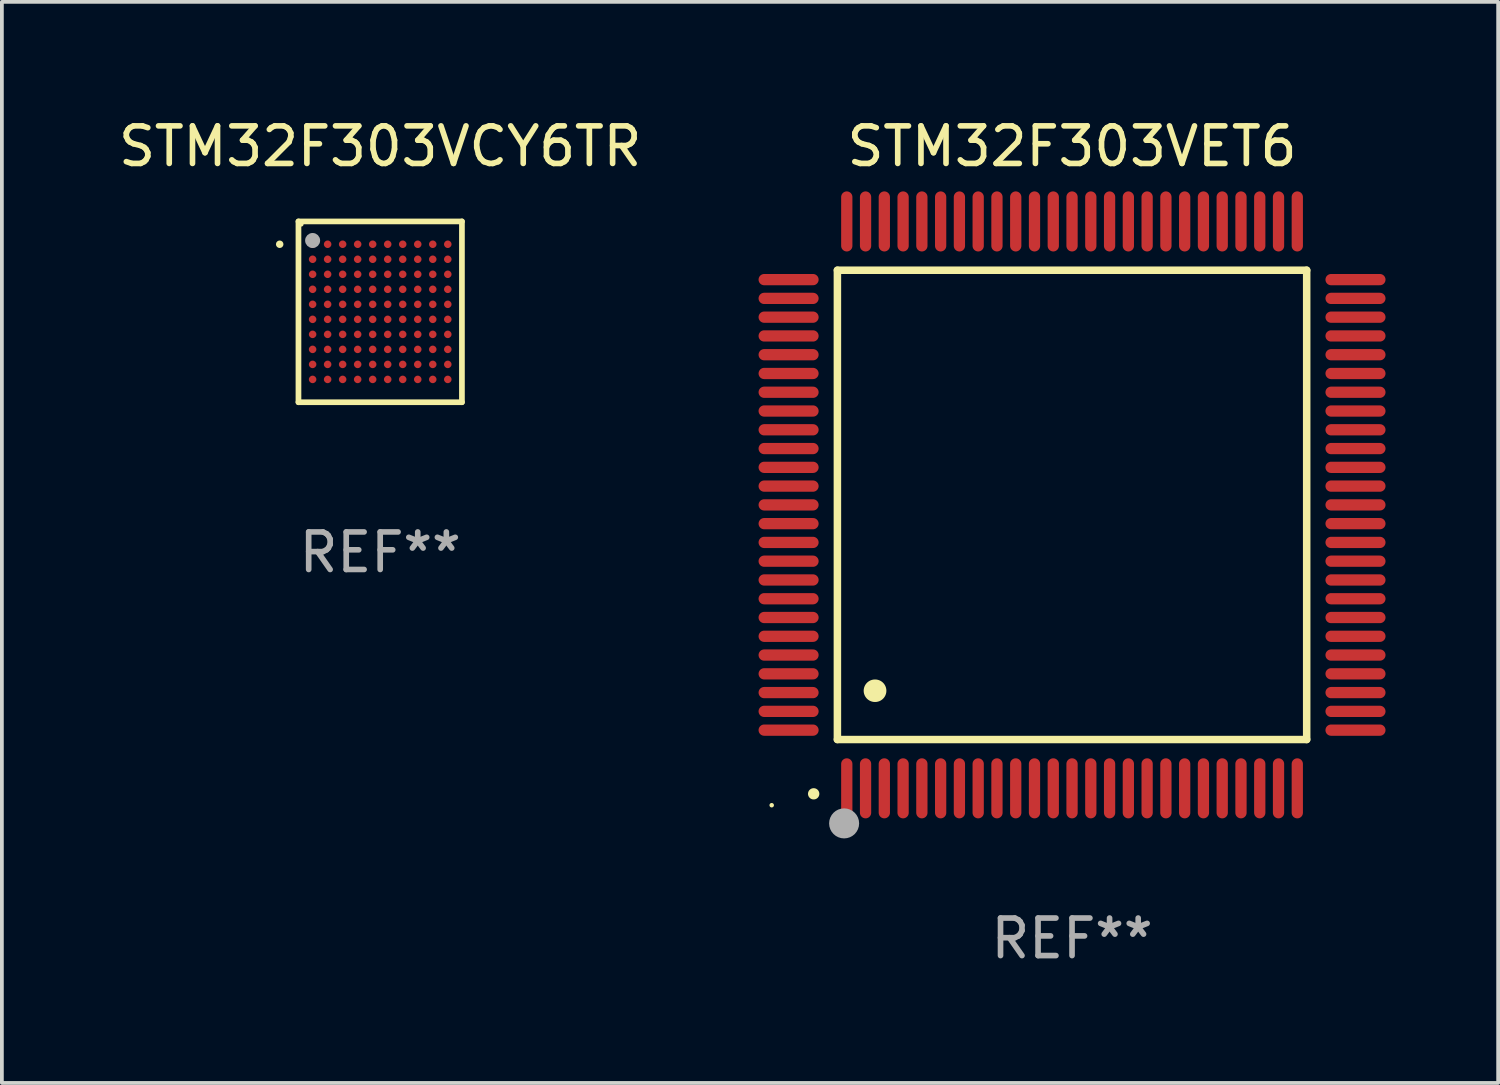
<source format=kicad_pcb>
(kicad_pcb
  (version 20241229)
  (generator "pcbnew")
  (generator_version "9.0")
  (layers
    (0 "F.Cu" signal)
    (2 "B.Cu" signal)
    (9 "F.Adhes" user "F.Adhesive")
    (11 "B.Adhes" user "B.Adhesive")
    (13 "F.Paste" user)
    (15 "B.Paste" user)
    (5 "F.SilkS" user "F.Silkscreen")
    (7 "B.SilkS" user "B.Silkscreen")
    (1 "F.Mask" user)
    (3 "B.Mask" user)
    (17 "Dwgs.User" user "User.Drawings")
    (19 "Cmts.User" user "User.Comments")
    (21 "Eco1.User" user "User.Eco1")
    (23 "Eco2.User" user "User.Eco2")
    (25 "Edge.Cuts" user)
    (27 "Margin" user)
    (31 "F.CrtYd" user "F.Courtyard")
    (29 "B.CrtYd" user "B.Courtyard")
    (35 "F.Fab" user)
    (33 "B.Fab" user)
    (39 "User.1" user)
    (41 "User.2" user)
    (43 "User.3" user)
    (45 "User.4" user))
  (footprint "STM32F303VET6"
    (layer "F.Cu")
    (at 25.505 10.398)
    (property "Reference" "STM32F303VET6" (at 0 -9.55 0) (layer "F.SilkS") (effects (font (size 1 1) (thickness 0.15))))
    (attr through_hole)
    (fp_line (start -6.25 -6.25) (end -6.25 6.25) (stroke (width 0.2) (type solid)) (layer "F.SilkS"))
    (fp_line (start -6.25 6.25) (end 6.25 6.25) (stroke (width 0.2) (type solid)) (layer "F.SilkS"))
    (fp_line (start 6.25 -6.25) (end -6.25 -6.25) (stroke (width 0.2) (type solid)) (layer "F.SilkS"))
    (fp_line (start 6.25 6.25) (end 6.25 -6.25) (stroke (width 0.2) (type solid)) (layer "F.SilkS"))
    (fp_arc (start -6.883414 7.696215) (mid -6.882144 7.69621) (end -6.880874 7.696215) (stroke (width 0.3) (type solid)) (layer "F.SilkS"))
    (fp_arc (start -5.250191 4.95047) (mid -5.247651 4.950459) (end -5.245111 4.95047) (stroke (width 0.6) (type solid)) (layer "F.SilkS"))
    (fp_circle (center -8 8) (end -7.97 8) (stroke (width 0.06) (type solid)) (fill no) (layer "F.SilkS"))
    (fp_circle (center -6.071 8.484) (end -5.871 8.484) (stroke (width 0.4) (type solid)) (fill no) (layer "F.Fab"))
    (fp_text user "REF**" (at 0 11.55 0) (layer "F.Fab") (effects (font (size 1 1) (thickness 0.15))))
    (pad "1" smd oval (at -6 7.55) (size 0.3 1.6) (layers "F.Cu" "F.Mask" "F.Paste"))
    (pad "2" smd oval (at -5.5 7.55) (size 0.3 1.6) (layers "F.Cu" "F.Mask" "F.Paste"))
    (pad "3" smd oval (at -5 7.55) (size 0.3 1.6) (layers "F.Cu" "F.Mask" "F.Paste"))
    (pad "4" smd oval (at -4.5 7.55) (size 0.3 1.6) (layers "F.Cu" "F.Mask" "F.Paste"))
    (pad "5" smd oval (at -4 7.55) (size 0.3 1.6) (layers "F.Cu" "F.Mask" "F.Paste"))
    (pad "6" smd oval (at -3.5 7.55) (size 0.3 1.6) (layers "F.Cu" "F.Mask" "F.Paste"))
    (pad "7" smd oval (at -3 7.55) (size 0.3 1.6) (layers "F.Cu" "F.Mask" "F.Paste"))
    (pad "8" smd oval (at -2.5 7.55) (size 0.3 1.6) (layers "F.Cu" "F.Mask" "F.Paste"))
    (pad "9" smd oval (at -2 7.55) (size 0.3 1.6) (layers "F.Cu" "F.Mask" "F.Paste"))
    (pad "10" smd oval (at -1.5 7.55) (size 0.3 1.6) (layers "F.Cu" "F.Mask" "F.Paste"))
    (pad "11" smd oval (at -1 7.55) (size 0.3 1.6) (layers "F.Cu" "F.Mask" "F.Paste"))
    (pad "12" smd oval (at -0.5 7.55) (size 0.3 1.6) (layers "F.Cu" "F.Mask" "F.Paste"))
    (pad "13" smd oval (at 0 7.55) (size 0.3 1.6) (layers "F.Cu" "F.Mask" "F.Paste"))
    (pad "14" smd oval (at 0.5 7.55) (size 0.3 1.6) (layers "F.Cu" "F.Mask" "F.Paste"))
    (pad "15" smd oval (at 1 7.55) (size 0.3 1.6) (layers "F.Cu" "F.Mask" "F.Paste"))
    (pad "16" smd oval (at 1.5 7.55) (size 0.3 1.6) (layers "F.Cu" "F.Mask" "F.Paste"))
    (pad "17" smd oval (at 2 7.55) (size 0.3 1.6) (layers "F.Cu" "F.Mask" "F.Paste"))
    (pad "18" smd oval (at 2.5 7.55) (size 0.3 1.6) (layers "F.Cu" "F.Mask" "F.Paste"))
    (pad "19" smd oval (at 3 7.55) (size 0.3 1.6) (layers "F.Cu" "F.Mask" "F.Paste"))
    (pad "20" smd oval (at 3.5 7.55) (size 0.3 1.6) (layers "F.Cu" "F.Mask" "F.Paste"))
    (pad "21" smd oval (at 4 7.55) (size 0.3 1.6) (layers "F.Cu" "F.Mask" "F.Paste"))
    (pad "22" smd oval (at 4.5 7.55) (size 0.3 1.6) (layers "F.Cu" "F.Mask" "F.Paste"))
    (pad "23" smd oval (at 5 7.55) (size 0.3 1.6) (layers "F.Cu" "F.Mask" "F.Paste"))
    (pad "24" smd oval (at 5.5 7.55) (size 0.3 1.6) (layers "F.Cu" "F.Mask" "F.Paste"))
    (pad "25" smd oval (at 6 7.55) (size 0.3 1.6) (layers "F.Cu" "F.Mask" "F.Paste"))
    (pad "26" smd oval (at 7.55 6) (size 1.6 0.3) (layers "F.Cu" "F.Mask" "F.Paste"))
    (pad "27" smd oval (at 7.55 5.5) (size 1.6 0.3) (layers "F.Cu" "F.Mask" "F.Paste"))
    (pad "28" smd oval (at 7.55 5) (size 1.6 0.3) (layers "F.Cu" "F.Mask" "F.Paste"))
    (pad "29" smd oval (at 7.55 4.5) (size 1.6 0.3) (layers "F.Cu" "F.Mask" "F.Paste"))
    (pad "30" smd oval (at 7.55 4) (size 1.6 0.3) (layers "F.Cu" "F.Mask" "F.Paste"))
    (pad "31" smd oval (at 7.55 3.5) (size 1.6 0.3) (layers "F.Cu" "F.Mask" "F.Paste"))
    (pad "32" smd oval (at 7.55 3) (size 1.6 0.3) (layers "F.Cu" "F.Mask" "F.Paste"))
    (pad "33" smd oval (at 7.55 2.5) (size 1.6 0.3) (layers "F.Cu" "F.Mask" "F.Paste"))
    (pad "34" smd oval (at 7.55 2) (size 1.6 0.3) (layers "F.Cu" "F.Mask" "F.Paste"))
    (pad "35" smd oval (at 7.55 1.5) (size 1.6 0.3) (layers "F.Cu" "F.Mask" "F.Paste"))
    (pad "36" smd oval (at 7.55 1) (size 1.6 0.3) (layers "F.Cu" "F.Mask" "F.Paste"))
    (pad "37" smd oval (at 7.55 0.5) (size 1.6 0.3) (layers "F.Cu" "F.Mask" "F.Paste"))
    (pad "38" smd oval (at 7.55 0) (size 1.6 0.3) (layers "F.Cu" "F.Mask" "F.Paste"))
    (pad "39" smd oval (at 7.55 -0.5) (size 1.6 0.3) (layers "F.Cu" "F.Mask" "F.Paste"))
    (pad "40" smd oval (at 7.55 -1) (size 1.6 0.3) (layers "F.Cu" "F.Mask" "F.Paste"))
    (pad "41" smd oval (at 7.55 -1.5) (size 1.6 0.3) (layers "F.Cu" "F.Mask" "F.Paste"))
    (pad "42" smd oval (at 7.55 -2) (size 1.6 0.3) (layers "F.Cu" "F.Mask" "F.Paste"))
    (pad "43" smd oval (at 7.55 -2.5) (size 1.6 0.3) (layers "F.Cu" "F.Mask" "F.Paste"))
    (pad "44" smd oval (at 7.55 -3) (size 1.6 0.3) (layers "F.Cu" "F.Mask" "F.Paste"))
    (pad "45" smd oval (at 7.55 -3.5) (size 1.6 0.3) (layers "F.Cu" "F.Mask" "F.Paste"))
    (pad "46" smd oval (at 7.55 -4) (size 1.6 0.3) (layers "F.Cu" "F.Mask" "F.Paste"))
    (pad "47" smd oval (at 7.55 -4.5) (size 1.6 0.3) (layers "F.Cu" "F.Mask" "F.Paste"))
    (pad "48" smd oval (at 7.55 -5) (size 1.6 0.3) (layers "F.Cu" "F.Mask" "F.Paste"))
    (pad "49" smd oval (at 7.55 -5.5) (size 1.6 0.3) (layers "F.Cu" "F.Mask" "F.Paste"))
    (pad "50" smd oval (at 7.55 -6) (size 1.6 0.3) (layers "F.Cu" "F.Mask" "F.Paste"))
    (pad "51" smd oval (at 6 -7.55) (size 0.3 1.6) (layers "F.Cu" "F.Mask" "F.Paste"))
    (pad "52" smd oval (at 5.5 -7.55) (size 0.3 1.6) (layers "F.Cu" "F.Mask" "F.Paste"))
    (pad "53" smd oval (at 5 -7.55) (size 0.3 1.6) (layers "F.Cu" "F.Mask" "F.Paste"))
    (pad "54" smd oval (at 4.5 -7.55) (size 0.3 1.6) (layers "F.Cu" "F.Mask" "F.Paste"))
    (pad "55" smd oval (at 4 -7.55) (size 0.3 1.6) (layers "F.Cu" "F.Mask" "F.Paste"))
    (pad "56" smd oval (at 3.5 -7.55) (size 0.3 1.6) (layers "F.Cu" "F.Mask" "F.Paste"))
    (pad "57" smd oval (at 3 -7.55) (size 0.3 1.6) (layers "F.Cu" "F.Mask" "F.Paste"))
    (pad "58" smd oval (at 2.5 -7.55) (size 0.3 1.6) (layers "F.Cu" "F.Mask" "F.Paste"))
    (pad "59" smd oval (at 2 -7.55) (size 0.3 1.6) (layers "F.Cu" "F.Mask" "F.Paste"))
    (pad "60" smd oval (at 1.5 -7.55) (size 0.3 1.6) (layers "F.Cu" "F.Mask" "F.Paste"))
    (pad "61" smd oval (at 1 -7.55) (size 0.3 1.6) (layers "F.Cu" "F.Mask" "F.Paste"))
    (pad "62" smd oval (at 0.5 -7.55) (size 0.3 1.6) (layers "F.Cu" "F.Mask" "F.Paste"))
    (pad "63" smd oval (at 0 -7.55) (size 0.3 1.6) (layers "F.Cu" "F.Mask" "F.Paste"))
    (pad "64" smd oval (at -0.5 -7.55) (size 0.3 1.6) (layers "F.Cu" "F.Mask" "F.Paste"))
    (pad "65" smd oval (at -1 -7.55) (size 0.3 1.6) (layers "F.Cu" "F.Mask" "F.Paste"))
    (pad "66" smd oval (at -1.5 -7.55) (size 0.3 1.6) (layers "F.Cu" "F.Mask" "F.Paste"))
    (pad "67" smd oval (at -2 -7.55) (size 0.3 1.6) (layers "F.Cu" "F.Mask" "F.Paste"))
    (pad "68" smd oval (at -2.5 -7.55) (size 0.3 1.6) (layers "F.Cu" "F.Mask" "F.Paste"))
    (pad "69" smd oval (at -3 -7.55) (size 0.3 1.6) (layers "F.Cu" "F.Mask" "F.Paste"))
    (pad "70" smd oval (at -3.5 -7.55) (size 0.3 1.6) (layers "F.Cu" "F.Mask" "F.Paste"))
    (pad "71" smd oval (at -4 -7.55) (size 0.3 1.6) (layers "F.Cu" "F.Mask" "F.Paste"))
    (pad "72" smd oval (at -4.5 -7.55) (size 0.3 1.6) (layers "F.Cu" "F.Mask" "F.Paste"))
    (pad "73" smd oval (at -5 -7.55) (size 0.3 1.6) (layers "F.Cu" "F.Mask" "F.Paste"))
    (pad "74" smd oval (at -5.5 -7.55) (size 0.3 1.6) (layers "F.Cu" "F.Mask" "F.Paste"))
    (pad "75" smd oval (at -6 -7.55) (size 0.3 1.6) (layers "F.Cu" "F.Mask" "F.Paste"))
    (pad "76" smd oval (at -7.55 -6) (size 1.6 0.3) (layers "F.Cu" "F.Mask" "F.Paste"))
    (pad "77" smd oval (at -7.55 -5.5) (size 1.6 0.3) (layers "F.Cu" "F.Mask" "F.Paste"))
    (pad "78" smd oval (at -7.55 -5) (size 1.6 0.3) (layers "F.Cu" "F.Mask" "F.Paste"))
    (pad "79" smd oval (at -7.55 -4.5) (size 1.6 0.3) (layers "F.Cu" "F.Mask" "F.Paste"))
    (pad "80" smd oval (at -7.55 -4) (size 1.6 0.3) (layers "F.Cu" "F.Mask" "F.Paste"))
    (pad "81" smd oval (at -7.55 -3.5) (size 1.6 0.3) (layers "F.Cu" "F.Mask" "F.Paste"))
    (pad "82" smd oval (at -7.55 -3) (size 1.6 0.3) (layers "F.Cu" "F.Mask" "F.Paste"))
    (pad "83" smd oval (at -7.55 -2.5) (size 1.6 0.3) (layers "F.Cu" "F.Mask" "F.Paste"))
    (pad "84" smd oval (at -7.55 -2) (size 1.6 0.3) (layers "F.Cu" "F.Mask" "F.Paste"))
    (pad "85" smd oval (at -7.55 -1.5) (size 1.6 0.3) (layers "F.Cu" "F.Mask" "F.Paste"))
    (pad "86" smd oval (at -7.55 -1) (size 1.6 0.3) (layers "F.Cu" "F.Mask" "F.Paste"))
    (pad "87" smd oval (at -7.55 -0.5) (size 1.6 0.3) (layers "F.Cu" "F.Mask" "F.Paste"))
    (pad "88" smd oval (at -7.55 0) (size 1.6 0.3) (layers "F.Cu" "F.Mask" "F.Paste"))
    (pad "89" smd oval (at -7.55 0.5) (size 1.6 0.3) (layers "F.Cu" "F.Mask" "F.Paste"))
    (pad "90" smd oval (at -7.55 1) (size 1.6 0.3) (layers "F.Cu" "F.Mask" "F.Paste"))
    (pad "91" smd oval (at -7.55 1.5) (size 1.6 0.3) (layers "F.Cu" "F.Mask" "F.Paste"))
    (pad "92" smd oval (at -7.55 2) (size 1.6 0.3) (layers "F.Cu" "F.Mask" "F.Paste"))
    (pad "93" smd oval (at -7.55 2.5) (size 1.6 0.3) (layers "F.Cu" "F.Mask" "F.Paste"))
    (pad "94" smd oval (at -7.55 3) (size 1.6 0.3) (layers "F.Cu" "F.Mask" "F.Paste"))
    (pad "95" smd oval (at -7.55 3.5) (size 1.6 0.3) (layers "F.Cu" "F.Mask" "F.Paste"))
    (pad "96" smd oval (at -7.55 4) (size 1.6 0.3) (layers "F.Cu" "F.Mask" "F.Paste"))
    (pad "97" smd oval (at -7.55 4.5) (size 1.6 0.3) (layers "F.Cu" "F.Mask" "F.Paste"))
    (pad "98" smd oval (at -7.55 5) (size 1.6 0.3) (layers "F.Cu" "F.Mask" "F.Paste"))
    (pad "99" smd oval (at -7.55 5.5) (size 1.6 0.3) (layers "F.Cu" "F.Mask" "F.Paste"))
    (pad "100" smd oval (at -7.55 6) (size 1.6 0.3) (layers "F.Cu" "F.Mask" "F.Paste")))
  (footprint "STM32F303VCY6TR"
    (layer "F.Cu")
    (at 7.077 5.256)
    (property "Reference" "STM32F303VCY6TR" (at 0 -4.408 0) (layer "F.SilkS") (effects (font (size 1 1) (thickness 0.15))))
    (attr through_hole)
    (fp_line (start -2.177 -2.408) (end 2.177 -2.408) (stroke (width 0.152) (type solid)) (layer "F.SilkS"))
    (fp_line (start -2.177 2.408) (end -2.177 -2.408) (stroke (width 0.152) (type solid)) (layer "F.SilkS"))
    (fp_line (start 2.177 -2.408) (end 2.177 2.408) (stroke (width 0.152) (type solid)) (layer "F.SilkS"))
    (fp_line (start 2.177 2.408) (end -2.177 2.408) (stroke (width 0.152) (type solid)) (layer "F.SilkS"))
    (fp_circle (center -2.677 -1.8) (end -2.627 -1.8) (stroke (width 0.1) (type solid)) (fill no) (layer "F.SilkS"))
    (fp_circle (center -2.101 -2.331) (end -2.071 -2.331) (stroke (width 0.06) (type solid)) (fill no) (layer "F.SilkS"))
    (fp_circle (center -1.8 -1.9) (end -1.7 -1.9) (stroke (width 0.2) (type solid)) (fill no) (layer "F.Fab"))
    (fp_text user "REF**" (at 0 6.408 0) (layer "F.Fab") (effects (font (size 1 1) (thickness 0.15))))
    (pad "A1" smd circle (at -1.8 -1.8) (size 0.2 0.2) (layers "F.Cu" "F.Mask" "F.Paste"))
    (pad "A2" smd circle (at -1.4 -1.8) (size 0.2 0.2) (layers "F.Cu" "F.Mask" "F.Paste"))
    (pad "A3" smd circle (at -1 -1.8) (size 0.2 0.2) (layers "F.Cu" "F.Mask" "F.Paste"))
    (pad "A4" smd circle (at -0.6 -1.8) (size 0.2 0.2) (layers "F.Cu" "F.Mask" "F.Paste"))
    (pad "A5" smd circle (at -0.2 -1.8) (size 0.2 0.2) (layers "F.Cu" "F.Mask" "F.Paste"))
    (pad "A6" smd circle (at 0.2 -1.8) (size 0.2 0.2) (layers "F.Cu" "F.Mask" "F.Paste"))
    (pad "A7" smd circle (at 0.6 -1.8) (size 0.2 0.2) (layers "F.Cu" "F.Mask" "F.Paste"))
    (pad "A8" smd circle (at 1 -1.8) (size 0.2 0.2) (layers "F.Cu" "F.Mask" "F.Paste"))
    (pad "A9" smd circle (at 1.4 -1.8) (size 0.2 0.2) (layers "F.Cu" "F.Mask" "F.Paste"))
    (pad "A10" smd circle (at 1.8 -1.8) (size 0.2 0.2) (layers "F.Cu" "F.Mask" "F.Paste"))
    (pad "B1" smd circle (at -1.8 -1.4) (size 0.2 0.2) (layers "F.Cu" "F.Mask" "F.Paste"))
    (pad "B2" smd circle (at -1.4 -1.4) (size 0.2 0.2) (layers "F.Cu" "F.Mask" "F.Paste"))
    (pad "B3" smd circle (at -1 -1.4) (size 0.2 0.2) (layers "F.Cu" "F.Mask" "F.Paste"))
    (pad "B4" smd circle (at -0.6 -1.4) (size 0.2 0.2) (layers "F.Cu" "F.Mask" "F.Paste"))
    (pad "B5" smd circle (at -0.2 -1.4) (size 0.2 0.2) (layers "F.Cu" "F.Mask" "F.Paste"))
    (pad "B6" smd circle (at 0.2 -1.4) (size 0.2 0.2) (layers "F.Cu" "F.Mask" "F.Paste"))
    (pad "B7" smd circle (at 0.6 -1.4) (size 0.2 0.2) (layers "F.Cu" "F.Mask" "F.Paste"))
    (pad "B8" smd circle (at 1 -1.4) (size 0.2 0.2) (layers "F.Cu" "F.Mask" "F.Paste"))
    (pad "B9" smd circle (at 1.4 -1.4) (size 0.2 0.2) (layers "F.Cu" "F.Mask" "F.Paste"))
    (pad "B10" smd circle (at 1.8 -1.4) (size 0.2 0.2) (layers "F.Cu" "F.Mask" "F.Paste"))
    (pad "C1" smd circle (at -1.8 -1) (size 0.2 0.2) (layers "F.Cu" "F.Mask" "F.Paste"))
    (pad "C2" smd circle (at -1.4 -1) (size 0.2 0.2) (layers "F.Cu" "F.Mask" "F.Paste"))
    (pad "C3" smd circle (at -1 -1) (size 0.2 0.2) (layers "F.Cu" "F.Mask" "F.Paste"))
    (pad "C4" smd circle (at -0.6 -1) (size 0.2 0.2) (layers "F.Cu" "F.Mask" "F.Paste"))
    (pad "C5" smd circle (at -0.2 -1) (size 0.2 0.2) (layers "F.Cu" "F.Mask" "F.Paste"))
    (pad "C6" smd circle (at 0.2 -1) (size 0.2 0.2) (layers "F.Cu" "F.Mask" "F.Paste"))
    (pad "C7" smd circle (at 0.6 -1) (size 0.2 0.2) (layers "F.Cu" "F.Mask" "F.Paste"))
    (pad "C8" smd circle (at 1 -1) (size 0.2 0.2) (layers "F.Cu" "F.Mask" "F.Paste"))
    (pad "C9" smd circle (at 1.4 -1) (size 0.2 0.2) (layers "F.Cu" "F.Mask" "F.Paste"))
    (pad "C10" smd circle (at 1.8 -1) (size 0.2 0.2) (layers "F.Cu" "F.Mask" "F.Paste"))
    (pad "D1" smd circle (at -1.8 -0.6) (size 0.2 0.2) (layers "F.Cu" "F.Mask" "F.Paste"))
    (pad "D2" smd circle (at -1.4 -0.6) (size 0.2 0.2) (layers "F.Cu" "F.Mask" "F.Paste"))
    (pad "D3" smd circle (at -1 -0.6) (size 0.2 0.2) (layers "F.Cu" "F.Mask" "F.Paste"))
    (pad "D4" smd circle (at -0.6 -0.6) (size 0.2 0.2) (layers "F.Cu" "F.Mask" "F.Paste"))
    (pad "D5" smd circle (at -0.2 -0.6) (size 0.2 0.2) (layers "F.Cu" "F.Mask" "F.Paste"))
    (pad "D6" smd circle (at 0.2 -0.6) (size 0.2 0.2) (layers "F.Cu" "F.Mask" "F.Paste"))
    (pad "D7" smd circle (at 0.6 -0.6) (size 0.2 0.2) (layers "F.Cu" "F.Mask" "F.Paste"))
    (pad "D8" smd circle (at 1 -0.6) (size 0.2 0.2) (layers "F.Cu" "F.Mask" "F.Paste"))
    (pad "D9" smd circle (at 1.4 -0.6) (size 0.2 0.2) (layers "F.Cu" "F.Mask" "F.Paste"))
    (pad "D10" smd circle (at 1.8 -0.6) (size 0.2 0.2) (layers "F.Cu" "F.Mask" "F.Paste"))
    (pad "E1" smd circle (at -1.8 -0.2) (size 0.2 0.2) (layers "F.Cu" "F.Mask" "F.Paste"))
    (pad "E2" smd circle (at -1.4 -0.2) (size 0.2 0.2) (layers "F.Cu" "F.Mask" "F.Paste"))
    (pad "E3" smd circle (at -1 -0.2) (size 0.2 0.2) (layers "F.Cu" "F.Mask" "F.Paste"))
    (pad "E4" smd circle (at -0.6 -0.2) (size 0.2 0.2) (layers "F.Cu" "F.Mask" "F.Paste"))
    (pad "E5" smd circle (at -0.2 -0.2) (size 0.2 0.2) (layers "F.Cu" "F.Mask" "F.Paste"))
    (pad "E6" smd circle (at 0.2 -0.2) (size 0.2 0.2) (layers "F.Cu" "F.Mask" "F.Paste"))
    (pad "E7" smd circle (at 0.6 -0.2) (size 0.2 0.2) (layers "F.Cu" "F.Mask" "F.Paste"))
    (pad "E8" smd circle (at 1 -0.2) (size 0.2 0.2) (layers "F.Cu" "F.Mask" "F.Paste"))
    (pad "E9" smd circle (at 1.4 -0.2) (size 0.2 0.2) (layers "F.Cu" "F.Mask" "F.Paste"))
    (pad "E10" smd circle (at 1.8 -0.2) (size 0.2 0.2) (layers "F.Cu" "F.Mask" "F.Paste"))
    (pad "F1" smd circle (at -1.8 0.2) (size 0.2 0.2) (layers "F.Cu" "F.Mask" "F.Paste"))
    (pad "F2" smd circle (at -1.4 0.2) (size 0.2 0.2) (layers "F.Cu" "F.Mask" "F.Paste"))
    (pad "F3" smd circle (at -1 0.2) (size 0.2 0.2) (layers "F.Cu" "F.Mask" "F.Paste"))
    (pad "F4" smd circle (at -0.6 0.2) (size 0.2 0.2) (layers "F.Cu" "F.Mask" "F.Paste"))
    (pad "F5" smd circle (at -0.2 0.2) (size 0.2 0.2) (layers "F.Cu" "F.Mask" "F.Paste"))
    (pad "F6" smd circle (at 0.2 0.2) (size 0.2 0.2) (layers "F.Cu" "F.Mask" "F.Paste"))
    (pad "F7" smd circle (at 0.6 0.2) (size 0.2 0.2) (layers "F.Cu" "F.Mask" "F.Paste"))
    (pad "F8" smd circle (at 1 0.2) (size 0.2 0.2) (layers "F.Cu" "F.Mask" "F.Paste"))
    (pad "F9" smd circle (at 1.4 0.2) (size 0.2 0.2) (layers "F.Cu" "F.Mask" "F.Paste"))
    (pad "F10" smd circle (at 1.8 0.2) (size 0.2 0.2) (layers "F.Cu" "F.Mask" "F.Paste"))
    (pad "G1" smd circle (at -1.8 0.6) (size 0.2 0.2) (layers "F.Cu" "F.Mask" "F.Paste"))
    (pad "G2" smd circle (at -1.4 0.6) (size 0.2 0.2) (layers "F.Cu" "F.Mask" "F.Paste"))
    (pad "G3" smd circle (at -1 0.6) (size 0.2 0.2) (layers "F.Cu" "F.Mask" "F.Paste"))
    (pad "G4" smd circle (at -0.6 0.6) (size 0.2 0.2) (layers "F.Cu" "F.Mask" "F.Paste"))
    (pad "G5" smd circle (at -0.2 0.6) (size 0.2 0.2) (layers "F.Cu" "F.Mask" "F.Paste"))
    (pad "G6" smd circle (at 0.2 0.6) (size 0.2 0.2) (layers "F.Cu" "F.Mask" "F.Paste"))
    (pad "G7" smd circle (at 0.6 0.6) (size 0.2 0.2) (layers "F.Cu" "F.Mask" "F.Paste"))
    (pad "G8" smd circle (at 1 0.6) (size 0.2 0.2) (layers "F.Cu" "F.Mask" "F.Paste"))
    (pad "G9" smd circle (at 1.4 0.6) (size 0.2 0.2) (layers "F.Cu" "F.Mask" "F.Paste"))
    (pad "G10" smd circle (at 1.8 0.6) (size 0.2 0.2) (layers "F.Cu" "F.Mask" "F.Paste"))
    (pad "H1" smd circle (at -1.8 1) (size 0.2 0.2) (layers "F.Cu" "F.Mask" "F.Paste"))
    (pad "H2" smd circle (at -1.4 1) (size 0.2 0.2) (layers "F.Cu" "F.Mask" "F.Paste"))
    (pad "H3" smd circle (at -1 1) (size 0.2 0.2) (layers "F.Cu" "F.Mask" "F.Paste"))
    (pad "H4" smd circle (at -0.6 1) (size 0.2 0.2) (layers "F.Cu" "F.Mask" "F.Paste"))
    (pad "H5" smd circle (at -0.2 1) (size 0.2 0.2) (layers "F.Cu" "F.Mask" "F.Paste"))
    (pad "H6" smd circle (at 0.2 1) (size 0.2 0.2) (layers "F.Cu" "F.Mask" "F.Paste"))
    (pad "H7" smd circle (at 0.6 1) (size 0.2 0.2) (layers "F.Cu" "F.Mask" "F.Paste"))
    (pad "H8" smd circle (at 1 1) (size 0.2 0.2) (layers "F.Cu" "F.Mask" "F.Paste"))
    (pad "H9" smd circle (at 1.4 1) (size 0.2 0.2) (layers "F.Cu" "F.Mask" "F.Paste"))
    (pad "H10" smd circle (at 1.8 1) (size 0.2 0.2) (layers "F.Cu" "F.Mask" "F.Paste"))
    (pad "J1" smd circle (at -1.8 1.4) (size 0.2 0.2) (layers "F.Cu" "F.Mask" "F.Paste"))
    (pad "J2" smd circle (at -1.4 1.4) (size 0.2 0.2) (layers "F.Cu" "F.Mask" "F.Paste"))
    (pad "J3" smd circle (at -1 1.4) (size 0.2 0.2) (layers "F.Cu" "F.Mask" "F.Paste"))
    (pad "J4" smd circle (at -0.6 1.4) (size 0.2 0.2) (layers "F.Cu" "F.Mask" "F.Paste"))
    (pad "J5" smd circle (at -0.2 1.4) (size 0.2 0.2) (layers "F.Cu" "F.Mask" "F.Paste"))
    (pad "J6" smd circle (at 0.2 1.4) (size 0.2 0.2) (layers "F.Cu" "F.Mask" "F.Paste"))
    (pad "J7" smd circle (at 0.6 1.4) (size 0.2 0.2) (layers "F.Cu" "F.Mask" "F.Paste"))
    (pad "J8" smd circle (at 1 1.4) (size 0.2 0.2) (layers "F.Cu" "F.Mask" "F.Paste"))
    (pad "J9" smd circle (at 1.4 1.4) (size 0.2 0.2) (layers "F.Cu" "F.Mask" "F.Paste"))
    (pad "J10" smd circle (at 1.8 1.4) (size 0.2 0.2) (layers "F.Cu" "F.Mask" "F.Paste"))
    (pad "K1" smd circle (at -1.8 1.8) (size 0.2 0.2) (layers "F.Cu" "F.Mask" "F.Paste"))
    (pad "K2" smd circle (at -1.4 1.8) (size 0.2 0.2) (layers "F.Cu" "F.Mask" "F.Paste"))
    (pad "K3" smd circle (at -1 1.8) (size 0.2 0.2) (layers "F.Cu" "F.Mask" "F.Paste"))
    (pad "K4" smd circle (at -0.6 1.8) (size 0.2 0.2) (layers "F.Cu" "F.Mask" "F.Paste"))
    (pad "K5" smd circle (at -0.2 1.8) (size 0.2 0.2) (layers "F.Cu" "F.Mask" "F.Paste"))
    (pad "K6" smd circle (at 0.2 1.8) (size 0.2 0.2) (layers "F.Cu" "F.Mask" "F.Paste"))
    (pad "K7" smd circle (at 0.6 1.8) (size 0.2 0.2) (layers "F.Cu" "F.Mask" "F.Paste"))
    (pad "K8" smd circle (at 1 1.8) (size 0.2 0.2) (layers "F.Cu" "F.Mask" "F.Paste"))
    (pad "K9" smd circle (at 1.4 1.8) (size 0.2 0.2) (layers "F.Cu" "F.Mask" "F.Paste"))
    (pad "K10" smd circle (at 1.8 1.8) (size 0.2 0.2) (layers "F.Cu" "F.Mask" "F.Paste")))
  (gr_rect
    (start -3 -3)
    (end 36.855 25.796)
    (stroke (width 0.1) (type default))
    (fill no)
    (layer "Edge.Cuts")))
</source>
